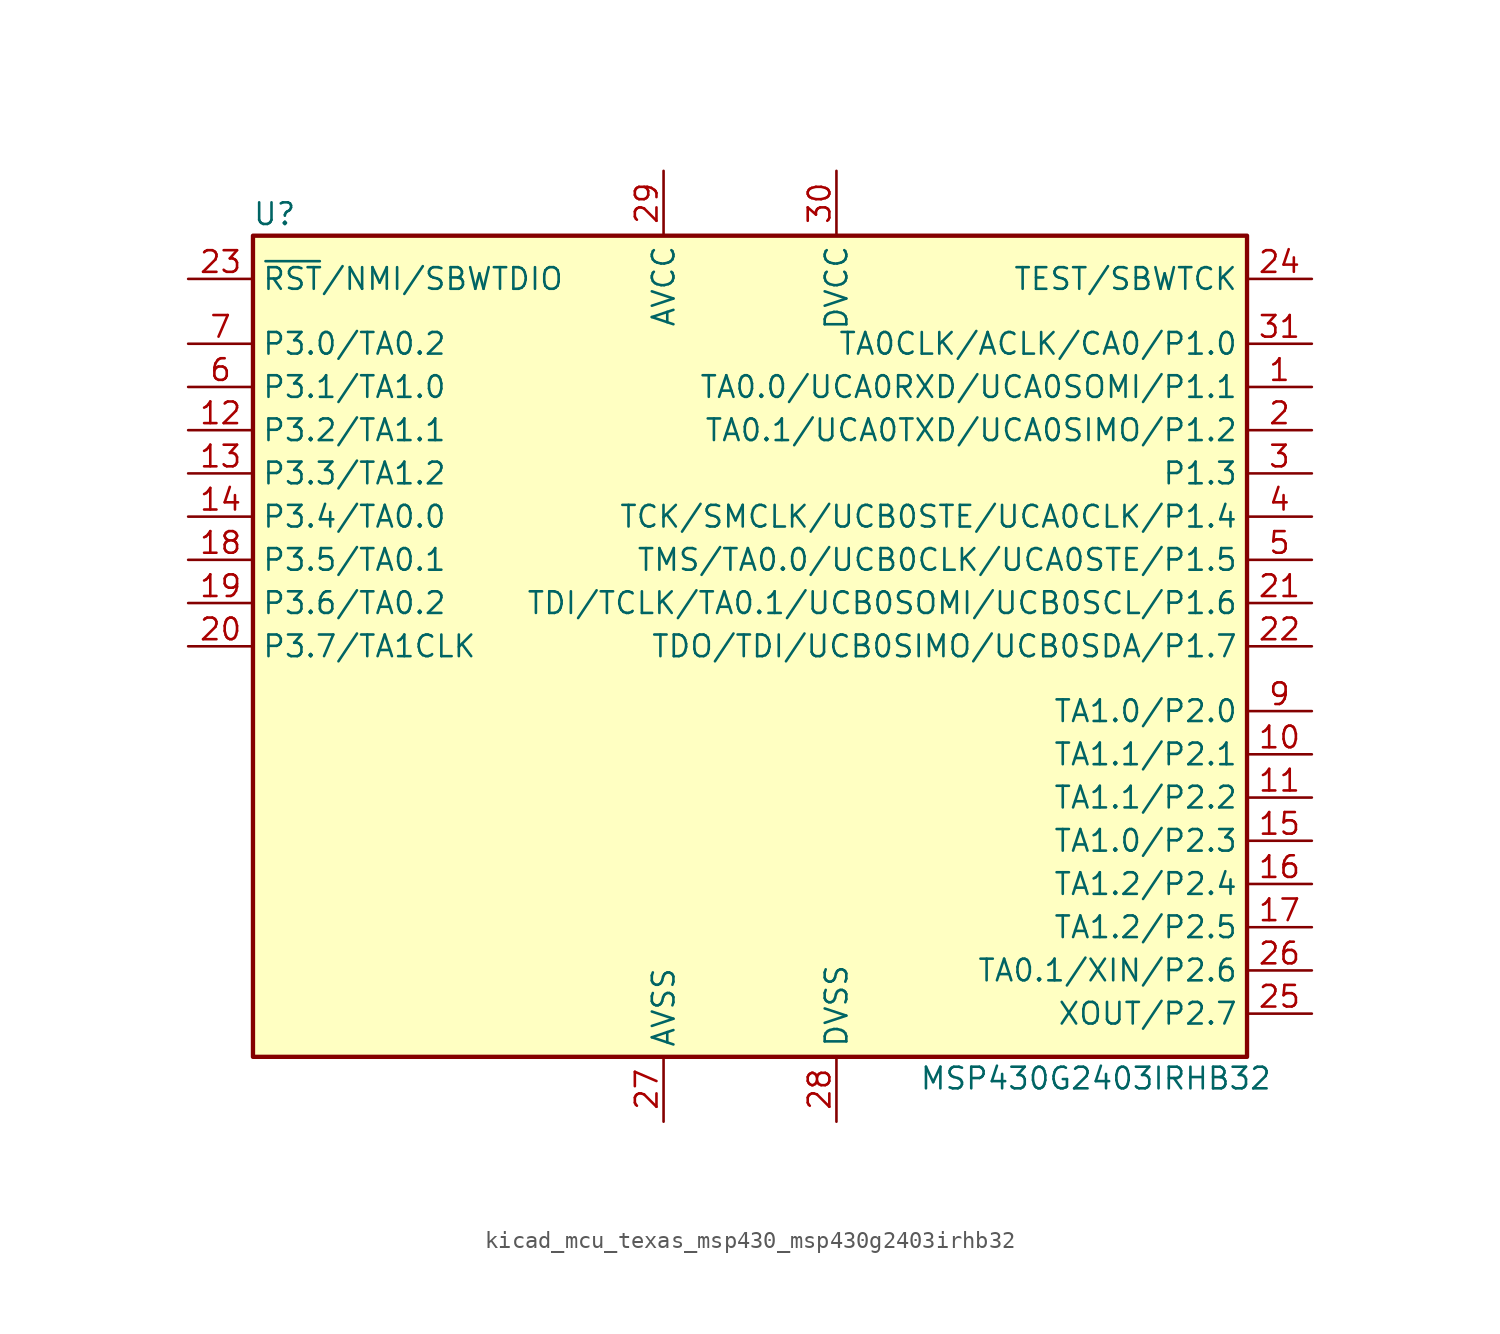
<source format=kicad_sym>
(kicad_symbol_lib
  (version 20220914)
  (generator kicad_symbol_editor)
  (symbol "kicad_mcu_texas_msp430_msp430g2403irhb32"
    (property "Reference" "U"
      (at -27.94 25.4 0)
      (effects (font (size 1.27 1.27))))
    (property "Value" "MSP430G2403IRHB32"
      (at 20.32 -25.4 0)
      (effects (font (size 1.27 1.27))))
    (symbol "kicad_mcu_texas_msp430_msp430g2403irhb32_0_1"
      (rectangle (start -29.21 24.13) (end 29.21 -24.13) (stroke (width 0.254) (type default)) (fill (type background))))
    (symbol "kicad_mcu_texas_msp430_msp430g2403irhb32_1_1"
      (pin bidirectional line (at 33.02 15.24 180) (length 3.81) (name "TA0.0/UCA0RXD/UCA0SOMI/P1.1" (effects (font (size 1.27 1.27)))) (number "1" (effects (font (size 1.27 1.27)))))
      (pin bidirectional line (at 33.02 -6.35 180) (length 3.81) (name "TA1.1/P2.1" (effects (font (size 1.27 1.27)))) (number "10" (effects (font (size 1.27 1.27)))))
      (pin bidirectional line (at 33.02 -8.89 180) (length 3.81) (name "TA1.1/P2.2" (effects (font (size 1.27 1.27)))) (number "11" (effects (font (size 1.27 1.27)))))
      (pin bidirectional line (at -33.02 12.7 0) (length 3.81) (name "P3.2/TA1.1" (effects (font (size 1.27 1.27)))) (number "12" (effects (font (size 1.27 1.27)))))
      (pin bidirectional line (at -33.02 10.16 0) (length 3.81) (name "P3.3/TA1.2" (effects (font (size 1.27 1.27)))) (number "13" (effects (font (size 1.27 1.27)))))
      (pin bidirectional line (at -33.02 7.62 0) (length 3.81) (name "P3.4/TA0.0" (effects (font (size 1.27 1.27)))) (number "14" (effects (font (size 1.27 1.27)))))
      (pin bidirectional line (at 33.02 -11.43 180) (length 3.81) (name "TA1.0/P2.3" (effects (font (size 1.27 1.27)))) (number "15" (effects (font (size 1.27 1.27)))))
      (pin bidirectional line (at 33.02 -13.97 180) (length 3.81) (name "TA1.2/P2.4" (effects (font (size 1.27 1.27)))) (number "16" (effects (font (size 1.27 1.27)))))
      (pin bidirectional line (at 33.02 -16.51 180) (length 3.81) (name "TA1.2/P2.5" (effects (font (size 1.27 1.27)))) (number "17" (effects (font (size 1.27 1.27)))))
      (pin bidirectional line (at -33.02 5.08 0) (length 3.81) (name "P3.5/TA0.1" (effects (font (size 1.27 1.27)))) (number "18" (effects (font (size 1.27 1.27)))))
      (pin bidirectional line (at -33.02 2.54 0) (length 3.81) (name "P3.6/TA0.2" (effects (font (size 1.27 1.27)))) (number "19" (effects (font (size 1.27 1.27)))))
      (pin bidirectional line (at 33.02 12.7 180) (length 3.81) (name "TA0.1/UCA0TXD/UCA0SIMO/P1.2" (effects (font (size 1.27 1.27)))) (number "2" (effects (font (size 1.27 1.27)))))
      (pin bidirectional line (at -33.02 0 0) (length 3.81) (name "P3.7/TA1CLK" (effects (font (size 1.27 1.27)))) (number "20" (effects (font (size 1.27 1.27)))))
      (pin bidirectional line (at 33.02 2.54 180) (length 3.81) (name "TDI/TCLK/TA0.1/UCB0SOMI/UCB0SCL/P1.6" (effects (font (size 1.27 1.27)))) (number "21" (effects (font (size 1.27 1.27)))))
      (pin bidirectional line (at 33.02 0 180) (length 3.81) (name "TDO/TDI/UCB0SIMO/UCB0SDA/P1.7" (effects (font (size 1.27 1.27)))) (number "22" (effects (font (size 1.27 1.27)))))
      (pin input line (at -33.02 21.59 0) (length 3.81) (name "~{RST}/NMI/SBWTDIO" (effects (font (size 1.27 1.27)))) (number "23" (effects (font (size 1.27 1.27)))))
      (pin input line (at 33.02 21.59 180) (length 3.81) (name "TEST/SBWTCK" (effects (font (size 1.27 1.27)))) (number "24" (effects (font (size 1.27 1.27)))))
      (pin bidirectional line (at 33.02 -21.59 180) (length 3.81) (name "XOUT/P2.7" (effects (font (size 1.27 1.27)))) (number "25" (effects (font (size 1.27 1.27)))))
      (pin bidirectional line (at 33.02 -19.05 180) (length 3.81) (name "TA0.1/XIN/P2.6" (effects (font (size 1.27 1.27)))) (number "26" (effects (font (size 1.27 1.27)))))
      (pin power_in line (at -5.08 -27.94 90) (length 3.81) (name "AVSS" (effects (font (size 1.27 1.27)))) (number "27" (effects (font (size 1.27 1.27)))))
      (pin power_in line (at 5.08 -27.94 90) (length 3.81) (name "DVSS" (effects (font (size 1.27 1.27)))) (number "28" (effects (font (size 1.27 1.27)))))
      (pin power_in line (at -5.08 27.94 270) (length 3.81) (name "AVCC" (effects (font (size 1.27 1.27)))) (number "29" (effects (font (size 1.27 1.27)))))
      (pin bidirectional line (at 33.02 10.16 180) (length 3.81) (name "P1.3" (effects (font (size 1.27 1.27)))) (number "3" (effects (font (size 1.27 1.27)))))
      (pin power_in line (at 5.08 27.94 270) (length 3.81) (name "DVCC" (effects (font (size 1.27 1.27)))) (number "30" (effects (font (size 1.27 1.27)))))
      (pin bidirectional line (at 33.02 17.78 180) (length 3.81) (name "TA0CLK/ACLK/CA0/P1.0" (effects (font (size 1.27 1.27)))) (number "31" (effects (font (size 1.27 1.27)))))
      (pin bidirectional line (at 33.02 7.62 180) (length 3.81) (name "TCK/SMCLK/UCB0STE/UCA0CLK/P1.4" (effects (font (size 1.27 1.27)))) (number "4" (effects (font (size 1.27 1.27)))))
      (pin bidirectional line (at 33.02 5.08 180) (length 3.81) (name "TMS/TA0.0/UCB0CLK/UCA0STE/P1.5" (effects (font (size 1.27 1.27)))) (number "5" (effects (font (size 1.27 1.27)))))
      (pin bidirectional line (at -33.02 15.24 0) (length 3.81) (name "P3.1/TA1.0" (effects (font (size 1.27 1.27)))) (number "6" (effects (font (size 1.27 1.27)))))
      (pin bidirectional line (at -33.02 17.78 0) (length 3.81) (name "P3.0/TA0.2" (effects (font (size 1.27 1.27)))) (number "7" (effects (font (size 1.27 1.27)))))
      (pin bidirectional line (at 33.02 -3.81 180) (length 3.81) (name "TA1.0/P2.0" (effects (font (size 1.27 1.27)))) (number "9" (effects (font (size 1.27 1.27))))))))
</source>
